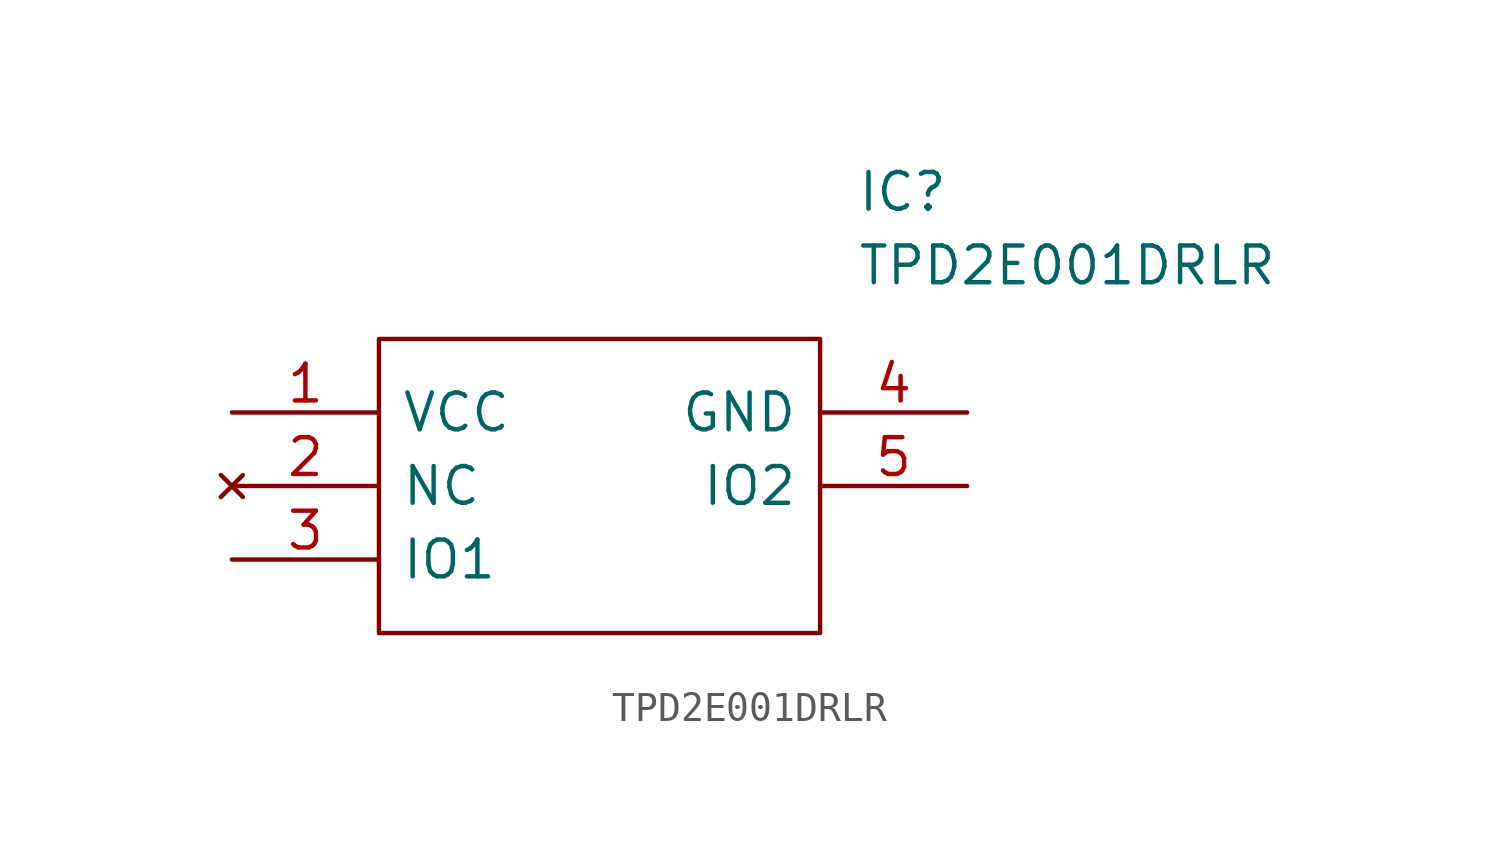
<source format=kicad_sym>
(kicad_symbol_lib
  (version 20220914)
  (generator kicad_symbol_editor)
  (symbol "TPD2E001DRLR"
    (pin_names
      (offset 0.762))
    (property "Reference" "IC"
      (at 21.59 7.62 0)
      (effects (font (size 1.27 1.27)) (justify left)))
    (property "Value" "TPD2E001DRLR"
      (at 21.59 5.08 0)
      (effects (font (size 1.27 1.27)) (justify left)))
    (symbol "TPD2E001DRLR_0_0"
      (pin power_in line (at 0 0 0) (length 5.08) (name "VCC" (effects (font (size 1.27 1.27)))) (number "1" (effects (font (size 1.27 1.27)))))
      (pin no_connect line (at 0 -2.54 0) (length 5.08) (name "NC" (effects (font (size 1.27 1.27)))) (number "2" (effects (font (size 1.27 1.27)))))
      (pin passive line (at 0 -5.08 0) (length 5.08) (name "IO1" (effects (font (size 1.27 1.27)))) (number "3" (effects (font (size 1.27 1.27)))))
      (pin power_in line (at 25.4 0 180) (length 5.08) (name "GND" (effects (font (size 1.27 1.27)))) (number "4" (effects (font (size 1.27 1.27)))))
      (pin passive line (at 25.4 -2.54 180) (length 5.08) (name "IO2" (effects (font (size 1.27 1.27)))) (number "5" (effects (font (size 1.27 1.27))))))
    (symbol "TPD2E001DRLR_0_1"
      (polyline (pts (xy 5.08 2.54) (xy 20.32 2.54) (xy 20.32 -7.62) (xy 5.08 -7.62) (xy 5.08 2.54)) (stroke (width 0.152) (type solid)) (fill (type none))))))
</source>
